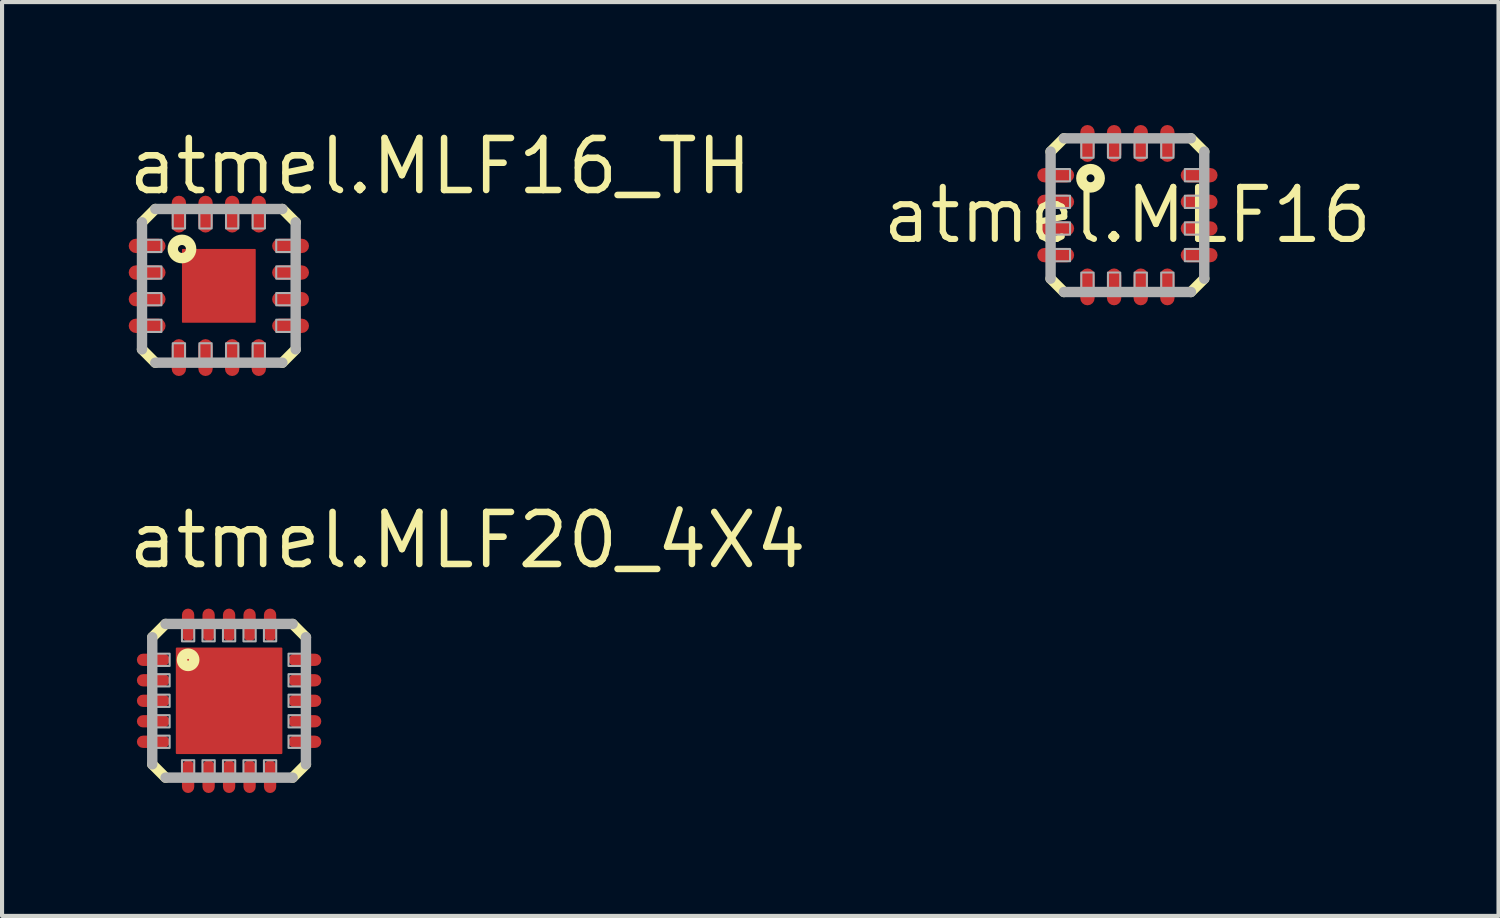
<source format=kicad_pcb>
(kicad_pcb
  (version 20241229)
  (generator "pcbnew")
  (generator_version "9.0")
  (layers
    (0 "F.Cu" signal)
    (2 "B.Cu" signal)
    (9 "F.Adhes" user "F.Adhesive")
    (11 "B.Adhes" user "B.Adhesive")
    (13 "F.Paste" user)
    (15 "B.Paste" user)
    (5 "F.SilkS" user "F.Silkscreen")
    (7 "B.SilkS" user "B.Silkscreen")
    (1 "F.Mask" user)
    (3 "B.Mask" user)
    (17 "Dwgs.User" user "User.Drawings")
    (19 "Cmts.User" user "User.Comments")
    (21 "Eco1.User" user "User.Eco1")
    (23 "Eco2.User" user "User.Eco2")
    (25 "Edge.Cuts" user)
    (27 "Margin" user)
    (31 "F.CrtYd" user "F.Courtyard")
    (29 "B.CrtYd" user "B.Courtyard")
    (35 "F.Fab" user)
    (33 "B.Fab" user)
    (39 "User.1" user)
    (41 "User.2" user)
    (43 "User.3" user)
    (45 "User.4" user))
  (footprint "atmel.MLF16"
    (layer "F.Cu")
    (at 24.46 2.2)
    (property "Reference" "atmel.MLF16" (at 0 0 0) (layer "F.SilkS") (effects (font (size 1.27 1.27) (thickness 0.15))))
    (attr smd)
    (fp_line (start -1.875 -1.55) (end -1.55 -1.875) (stroke (width 0.254) (type default)) (layer "F.SilkS"))
    (fp_line (start -1.55 1.875) (end -1.875 1.55) (stroke (width 0.254) (type default)) (layer "F.SilkS"))
    (fp_line (start 1.55 -1.875) (end 1.875 -1.55) (stroke (width 0.254) (type default)) (layer "F.SilkS"))
    (fp_line (start 1.875 1.55) (end 1.55 1.875) (stroke (width 0.254) (type default)) (layer "F.SilkS"))
    (fp_circle (center -0.9 -0.9) (end -0.676 -0.9) (stroke (width 0.254) (type default)) (fill no) (layer "F.SilkS"))
    (fp_line (start -1.875 1.55) (end -1.875 -1.55) (stroke (width 0.254) (type default)) (layer "F.Fab"))
    (fp_line (start -1.55 -1.875) (end 1.55 -1.875) (stroke (width 0.254) (type default)) (layer "F.Fab"))
    (fp_line (start 1.55 1.875) (end -1.55 1.875) (stroke (width 0.254) (type default)) (layer "F.Fab"))
    (fp_line (start 1.875 -1.55) (end 1.875 1.55) (stroke (width 0.254) (type default)) (layer "F.Fab"))
    (fp_rect (start -1.85 -0.825) (end -1.4 -1.125) (stroke (width 0.05) (type default)) (fill no) (layer "F.Fab"))
    (fp_rect (start -1.85 -0.175) (end -1.4 -0.475) (stroke (width 0.05) (type default)) (fill no) (layer "F.Fab"))
    (fp_rect (start -1.85 0.475) (end -1.4 0.175) (stroke (width 0.05) (type default)) (fill no) (layer "F.Fab"))
    (fp_rect (start -1.85 1.125) (end -1.4 0.825) (stroke (width 0.05) (type default)) (fill no) (layer "F.Fab"))
    (fp_rect (start -1.125 -1.4) (end -0.825 -1.85) (stroke (width 0.05) (type default)) (fill no) (layer "F.Fab"))
    (fp_rect (start -1.125 1.85) (end -0.825 1.4) (stroke (width 0.05) (type default)) (fill no) (layer "F.Fab"))
    (fp_rect (start -0.475 -1.4) (end -0.175 -1.85) (stroke (width 0.05) (type default)) (fill no) (layer "F.Fab"))
    (fp_rect (start -0.475 1.85) (end -0.175 1.4) (stroke (width 0.05) (type default)) (fill no) (layer "F.Fab"))
    (fp_rect (start 0.175 -1.4) (end 0.475 -1.85) (stroke (width 0.05) (type default)) (fill no) (layer "F.Fab"))
    (fp_rect (start 0.175 1.85) (end 0.475 1.4) (stroke (width 0.05) (type default)) (fill no) (layer "F.Fab"))
    (fp_rect (start 0.825 -1.4) (end 1.125 -1.85) (stroke (width 0.05) (type default)) (fill no) (layer "F.Fab"))
    (fp_rect (start 0.825 1.85) (end 1.125 1.4) (stroke (width 0.05) (type default)) (fill no) (layer "F.Fab"))
    (fp_rect (start 1.4 -0.825) (end 1.85 -1.125) (stroke (width 0.05) (type default)) (fill no) (layer "F.Fab"))
    (fp_rect (start 1.4 -0.175) (end 1.85 -0.475) (stroke (width 0.05) (type default)) (fill no) (layer "F.Fab"))
    (fp_rect (start 1.4 0.475) (end 1.85 0.175) (stroke (width 0.05) (type default)) (fill no) (layer "F.Fab"))
    (fp_rect (start 1.4 1.125) (end 1.85 0.825) (stroke (width 0.05) (type default)) (fill no) (layer "F.Fab"))
    (pad "1" smd roundrect (at -1.75 -0.975) (size 0.9 0.35) (layers "F.Cu" "F.Mask" "F.Paste") (roundrect_rratio 0.5))
    (pad "2" smd roundrect (at -1.75 -0.325) (size 0.9 0.35) (layers "F.Cu" "F.Mask" "F.Paste") (roundrect_rratio 0.5))
    (pad "3" smd roundrect (at -1.75 0.325) (size 0.9 0.35) (layers "F.Cu" "F.Mask" "F.Paste") (roundrect_rratio 0.5))
    (pad "4" smd roundrect (at -1.75 0.975) (size 0.9 0.35) (layers "F.Cu" "F.Mask" "F.Paste") (roundrect_rratio 0.5))
    (pad "5" smd roundrect (at -0.975 1.75) (size 0.35 0.9) (layers "F.Cu" "F.Mask" "F.Paste") (roundrect_rratio 0.5))
    (pad "6" smd roundrect (at -0.325 1.75) (size 0.35 0.9) (layers "F.Cu" "F.Mask" "F.Paste") (roundrect_rratio 0.5))
    (pad "7" smd roundrect (at 0.325 1.75) (size 0.35 0.9) (layers "F.Cu" "F.Mask" "F.Paste") (roundrect_rratio 0.5))
    (pad "8" smd roundrect (at 0.975 1.75) (size 0.35 0.9) (layers "F.Cu" "F.Mask" "F.Paste") (roundrect_rratio 0.5))
    (pad "9" smd roundrect (at 1.75 0.975) (size 0.9 0.35) (layers "F.Cu" "F.Mask" "F.Paste") (roundrect_rratio 0.5))
    (pad "10" smd roundrect (at 1.75 0.325) (size 0.9 0.35) (layers "F.Cu" "F.Mask" "F.Paste") (roundrect_rratio 0.5))
    (pad "11" smd roundrect (at 1.75 -0.325) (size 0.9 0.35) (layers "F.Cu" "F.Mask" "F.Paste") (roundrect_rratio 0.5))
    (pad "12" smd roundrect (at 1.75 -0.975) (size 0.9 0.35) (layers "F.Cu" "F.Mask" "F.Paste") (roundrect_rratio 0.5))
    (pad "13" smd roundrect (at 0.975 -1.75) (size 0.35 0.9) (layers "F.Cu" "F.Mask" "F.Paste") (roundrect_rratio 0.5))
    (pad "14" smd roundrect (at 0.325 -1.75) (size 0.35 0.9) (layers "F.Cu" "F.Mask" "F.Paste") (roundrect_rratio 0.5))
    (pad "15" smd roundrect (at -0.325 -1.75) (size 0.35 0.9) (layers "F.Cu" "F.Mask" "F.Paste") (roundrect_rratio 0.5))
    (pad "16" smd roundrect (at -0.975 -1.75) (size 0.35 0.9) (layers "F.Cu" "F.Mask" "F.Paste") (roundrect_rratio 0.5)))
  (footprint "atmel.MLF20_4X4"
    (layer "F.Cu")
    (at 2.54 14.05)
    (property "Reference" "atmel.MLF20_4X4" (at -2.54 -3.175 0) (layer "F.SilkS") (effects (font (size 1.27 1.27) (thickness 0.16)) (justify left bottom)))
    (attr smd)
    (fp_line (start -1.875 -1.55) (end -1.55 -1.875) (stroke (width 0.254) (type default)) (layer "F.SilkS"))
    (fp_line (start -1.55 1.875) (end -1.875 1.55) (stroke (width 0.254) (type default)) (layer "F.SilkS"))
    (fp_line (start 1.55 -1.875) (end 1.875 -1.55) (stroke (width 0.254) (type default)) (layer "F.SilkS"))
    (fp_line (start 1.875 1.55) (end 1.55 1.875) (stroke (width 0.254) (type default)) (layer "F.SilkS"))
    (fp_circle (center -1 -1) (end -0.85 -1) (stroke (width 0.254) (type default)) (fill no) (layer "F.SilkS"))
    (fp_line (start -1.875 1.55) (end -1.875 -1.55) (stroke (width 0.254) (type default)) (layer "F.Fab"))
    (fp_line (start -1.55 -1.875) (end 1.55 -1.875) (stroke (width 0.254) (type default)) (layer "F.Fab"))
    (fp_line (start 1.55 1.875) (end -1.55 1.875) (stroke (width 0.254) (type default)) (layer "F.Fab"))
    (fp_line (start 1.875 -1.55) (end 1.875 1.55) (stroke (width 0.254) (type default)) (layer "F.Fab"))
    (fp_rect (start -1.85 -0.85) (end -1.45 -1.15) (stroke (width 0.05) (type default)) (fill no) (layer "F.Fab"))
    (fp_rect (start -1.85 -0.35) (end -1.45 -0.65) (stroke (width 0.05) (type default)) (fill no) (layer "F.Fab"))
    (fp_rect (start -1.85 0.15) (end -1.45 -0.15) (stroke (width 0.05) (type default)) (fill no) (layer "F.Fab"))
    (fp_rect (start -1.85 0.65) (end -1.45 0.35) (stroke (width 0.05) (type default)) (fill no) (layer "F.Fab"))
    (fp_rect (start -1.85 1.15) (end -1.45 0.85) (stroke (width 0.05) (type default)) (fill no) (layer "F.Fab"))
    (fp_rect (start -1.15 -1.45) (end -0.85 -1.85) (stroke (width 0.05) (type default)) (fill no) (layer "F.Fab"))
    (fp_rect (start -1.15 1.85) (end -0.85 1.45) (stroke (width 0.05) (type default)) (fill no) (layer "F.Fab"))
    (fp_rect (start -0.65 -1.45) (end -0.35 -1.85) (stroke (width 0.05) (type default)) (fill no) (layer "F.Fab"))
    (fp_rect (start -0.65 1.85) (end -0.35 1.45) (stroke (width 0.05) (type default)) (fill no) (layer "F.Fab"))
    (fp_rect (start -0.15 -1.45) (end 0.15 -1.85) (stroke (width 0.05) (type default)) (fill no) (layer "F.Fab"))
    (fp_rect (start -0.15 1.85) (end 0.15 1.45) (stroke (width 0.05) (type default)) (fill no) (layer "F.Fab"))
    (fp_rect (start 0.35 -1.45) (end 0.65 -1.85) (stroke (width 0.05) (type default)) (fill no) (layer "F.Fab"))
    (fp_rect (start 0.35 1.85) (end 0.65 1.45) (stroke (width 0.05) (type default)) (fill no) (layer "F.Fab"))
    (fp_rect (start 0.85 -1.45) (end 1.15 -1.85) (stroke (width 0.05) (type default)) (fill no) (layer "F.Fab"))
    (fp_rect (start 0.85 1.85) (end 1.15 1.45) (stroke (width 0.05) (type default)) (fill no) (layer "F.Fab"))
    (fp_rect (start 1.45 -0.85) (end 1.85 -1.15) (stroke (width 0.05) (type default)) (fill no) (layer "F.Fab"))
    (fp_rect (start 1.45 -0.35) (end 1.85 -0.65) (stroke (width 0.05) (type default)) (fill no) (layer "F.Fab"))
    (fp_rect (start 1.45 0.15) (end 1.85 -0.15) (stroke (width 0.05) (type default)) (fill no) (layer "F.Fab"))
    (fp_rect (start 1.45 0.65) (end 1.85 0.35) (stroke (width 0.05) (type default)) (fill no) (layer "F.Fab"))
    (fp_rect (start 1.45 1.15) (end 1.85 0.85) (stroke (width 0.05) (type default)) (fill no) (layer "F.Fab"))
    (pad "1" smd roundrect (at -1.85 -1) (size 0.8 0.3) (layers "F.Cu" "F.Mask" "F.Paste") (roundrect_rratio 0.5))
    (pad "2" smd roundrect (at -1.85 -0.5) (size 0.8 0.3) (layers "F.Cu" "F.Mask" "F.Paste") (roundrect_rratio 0.5))
    (pad "3" smd roundrect (at -1.85 0) (size 0.8 0.3) (layers "F.Cu" "F.Mask" "F.Paste") (roundrect_rratio 0.5))
    (pad "4" smd roundrect (at -1.85 0.5) (size 0.8 0.3) (layers "F.Cu" "F.Mask" "F.Paste") (roundrect_rratio 0.5))
    (pad "5" smd roundrect (at -1.85 1) (size 0.8 0.3) (layers "F.Cu" "F.Mask" "F.Paste") (roundrect_rratio 0.5))
    (pad "6" smd roundrect (at -1 1.85 90) (size 0.8 0.3) (layers "F.Cu" "F.Mask" "F.Paste") (roundrect_rratio 0.5))
    (pad "7" smd roundrect (at -0.5 1.85 90) (size 0.8 0.3) (layers "F.Cu" "F.Mask" "F.Paste") (roundrect_rratio 0.5))
    (pad "8" smd roundrect (at 0 1.85 90) (size 0.8 0.3) (layers "F.Cu" "F.Mask" "F.Paste") (roundrect_rratio 0.5))
    (pad "9" smd roundrect (at 0.5 1.85 90) (size 0.8 0.3) (layers "F.Cu" "F.Mask" "F.Paste") (roundrect_rratio 0.5))
    (pad "10" smd roundrect (at 1 1.85 90) (size 0.8 0.3) (layers "F.Cu" "F.Mask" "F.Paste") (roundrect_rratio 0.5))
    (pad "11" smd roundrect (at 1.85 1 180) (size 0.8 0.3) (layers "F.Cu" "F.Mask" "F.Paste") (roundrect_rratio 0.5))
    (pad "12" smd roundrect (at 1.85 0.5 180) (size 0.8 0.3) (layers "F.Cu" "F.Mask" "F.Paste") (roundrect_rratio 0.5))
    (pad "13" smd roundrect (at 1.85 0 180) (size 0.8 0.3) (layers "F.Cu" "F.Mask" "F.Paste") (roundrect_rratio 0.5))
    (pad "14" smd roundrect (at 1.85 -0.5 180) (size 0.8 0.3) (layers "F.Cu" "F.Mask" "F.Paste") (roundrect_rratio 0.5))
    (pad "15" smd roundrect (at 1.85 -1 180) (size 0.8 0.3) (layers "F.Cu" "F.Mask" "F.Paste") (roundrect_rratio 0.5))
    (pad "16" smd roundrect (at 1 -1.85 270) (size 0.8 0.3) (layers "F.Cu" "F.Mask" "F.Paste") (roundrect_rratio 0.5))
    (pad "17" smd roundrect (at 0.5 -1.85 270) (size 0.8 0.3) (layers "F.Cu" "F.Mask" "F.Paste") (roundrect_rratio 0.5))
    (pad "18" smd roundrect (at 0 -1.85 270) (size 0.8 0.3) (layers "F.Cu" "F.Mask" "F.Paste") (roundrect_rratio 0.5))
    (pad "19" smd roundrect (at -0.5 -1.85 270) (size 0.8 0.3) (layers "F.Cu" "F.Mask" "F.Paste") (roundrect_rratio 0.5))
    (pad "20" smd roundrect (at -1 -1.85 270) (size 0.8 0.3) (layers "F.Cu" "F.Mask" "F.Paste") (roundrect_rratio 0.5))
    (pad "TH" smd roundrect (at 0 0) (size 2.6 2.6) (layers "F.Cu" "F.Mask" "F.Paste") (roundrect_rratio 0.01)))
  (footprint "atmel.MLF16_TH"
    (layer "F.Cu")
    (at 2.29 3.925)
    (property "Reference" "atmel.MLF16_TH" (at -2.29 -2.175 0) (layer "F.SilkS") (effects (font (size 1.27 1.27) (thickness 0.16)) (justify left bottom)))
    (attr smd)
    (fp_line (start -1.875 -1.55) (end -1.55 -1.875) (stroke (width 0.254) (type default)) (layer "F.SilkS"))
    (fp_line (start -1.55 1.875) (end -1.875 1.55) (stroke (width 0.254) (type default)) (layer "F.SilkS"))
    (fp_line (start 1.55 -1.875) (end 1.875 -1.55) (stroke (width 0.254) (type default)) (layer "F.SilkS"))
    (fp_line (start 1.875 1.55) (end 1.55 1.875) (stroke (width 0.254) (type default)) (layer "F.SilkS"))
    (fp_circle (center -0.9 -0.9) (end -0.676 -0.9) (stroke (width 0.254) (type default)) (fill no) (layer "F.SilkS"))
    (fp_line (start -1.875 1.55) (end -1.875 -1.55) (stroke (width 0.254) (type default)) (layer "F.Fab"))
    (fp_line (start -1.55 -1.875) (end 1.55 -1.875) (stroke (width 0.254) (type default)) (layer "F.Fab"))
    (fp_line (start 1.55 1.875) (end -1.55 1.875) (stroke (width 0.254) (type default)) (layer "F.Fab"))
    (fp_line (start 1.875 -1.55) (end 1.875 1.55) (stroke (width 0.254) (type default)) (layer "F.Fab"))
    (fp_rect (start -1.85 -0.825) (end -1.4 -1.125) (stroke (width 0.05) (type default)) (fill no) (layer "F.Fab"))
    (fp_rect (start -1.85 -0.175) (end -1.4 -0.475) (stroke (width 0.05) (type default)) (fill no) (layer "F.Fab"))
    (fp_rect (start -1.85 0.475) (end -1.4 0.175) (stroke (width 0.05) (type default)) (fill no) (layer "F.Fab"))
    (fp_rect (start -1.85 1.125) (end -1.4 0.825) (stroke (width 0.05) (type default)) (fill no) (layer "F.Fab"))
    (fp_rect (start -1.125 -1.4) (end -0.825 -1.85) (stroke (width 0.05) (type default)) (fill no) (layer "F.Fab"))
    (fp_rect (start -1.125 1.85) (end -0.825 1.4) (stroke (width 0.05) (type default)) (fill no) (layer "F.Fab"))
    (fp_rect (start -0.475 -1.4) (end -0.175 -1.85) (stroke (width 0.05) (type default)) (fill no) (layer "F.Fab"))
    (fp_rect (start -0.475 1.85) (end -0.175 1.4) (stroke (width 0.05) (type default)) (fill no) (layer "F.Fab"))
    (fp_rect (start 0.175 -1.4) (end 0.475 -1.85) (stroke (width 0.05) (type default)) (fill no) (layer "F.Fab"))
    (fp_rect (start 0.175 1.85) (end 0.475 1.4) (stroke (width 0.05) (type default)) (fill no) (layer "F.Fab"))
    (fp_rect (start 0.825 -1.4) (end 1.125 -1.85) (stroke (width 0.05) (type default)) (fill no) (layer "F.Fab"))
    (fp_rect (start 0.825 1.85) (end 1.125 1.4) (stroke (width 0.05) (type default)) (fill no) (layer "F.Fab"))
    (fp_rect (start 1.4 -0.825) (end 1.85 -1.125) (stroke (width 0.05) (type default)) (fill no) (layer "F.Fab"))
    (fp_rect (start 1.4 -0.175) (end 1.85 -0.475) (stroke (width 0.05) (type default)) (fill no) (layer "F.Fab"))
    (fp_rect (start 1.4 0.475) (end 1.85 0.175) (stroke (width 0.05) (type default)) (fill no) (layer "F.Fab"))
    (fp_rect (start 1.4 1.125) (end 1.85 0.825) (stroke (width 0.05) (type default)) (fill no) (layer "F.Fab"))
    (pad "1" smd roundrect (at -1.75 -0.975) (size 0.9 0.35) (layers "F.Cu" "F.Mask" "F.Paste") (roundrect_rratio 0.5))
    (pad "2" smd roundrect (at -1.75 -0.325) (size 0.9 0.35) (layers "F.Cu" "F.Mask" "F.Paste") (roundrect_rratio 0.5))
    (pad "3" smd roundrect (at -1.75 0.325) (size 0.9 0.35) (layers "F.Cu" "F.Mask" "F.Paste") (roundrect_rratio 0.5))
    (pad "4" smd roundrect (at -1.75 0.975) (size 0.9 0.35) (layers "F.Cu" "F.Mask" "F.Paste") (roundrect_rratio 0.5))
    (pad "5" smd roundrect (at -0.975 1.75) (size 0.35 0.9) (layers "F.Cu" "F.Mask" "F.Paste") (roundrect_rratio 0.5))
    (pad "6" smd roundrect (at -0.325 1.75) (size 0.35 0.9) (layers "F.Cu" "F.Mask" "F.Paste") (roundrect_rratio 0.5))
    (pad "7" smd roundrect (at 0.325 1.75) (size 0.35 0.9) (layers "F.Cu" "F.Mask" "F.Paste") (roundrect_rratio 0.5))
    (pad "8" smd roundrect (at 0.975 1.75) (size 0.35 0.9) (layers "F.Cu" "F.Mask" "F.Paste") (roundrect_rratio 0.5))
    (pad "9" smd roundrect (at 1.75 0.975) (size 0.9 0.35) (layers "F.Cu" "F.Mask" "F.Paste") (roundrect_rratio 0.5))
    (pad "10" smd roundrect (at 1.75 0.325) (size 0.9 0.35) (layers "F.Cu" "F.Mask" "F.Paste") (roundrect_rratio 0.5))
    (pad "11" smd roundrect (at 1.75 -0.325) (size 0.9 0.35) (layers "F.Cu" "F.Mask" "F.Paste") (roundrect_rratio 0.5))
    (pad "12" smd roundrect (at 1.75 -0.975) (size 0.9 0.35) (layers "F.Cu" "F.Mask" "F.Paste") (roundrect_rratio 0.5))
    (pad "13" smd roundrect (at 0.975 -1.75) (size 0.35 0.9) (layers "F.Cu" "F.Mask" "F.Paste") (roundrect_rratio 0.5))
    (pad "14" smd roundrect (at 0.325 -1.75) (size 0.35 0.9) (layers "F.Cu" "F.Mask" "F.Paste") (roundrect_rratio 0.5))
    (pad "15" smd roundrect (at -0.325 -1.75) (size 0.35 0.9) (layers "F.Cu" "F.Mask" "F.Paste") (roundrect_rratio 0.5))
    (pad "16" smd roundrect (at -0.975 -1.75) (size 0.35 0.9) (layers "F.Cu" "F.Mask" "F.Paste") (roundrect_rratio 0.5))
    (pad "TH" smd roundrect (at 0 0) (size 1.8 1.8) (layers "F.Cu" "F.Mask" "F.Paste") (roundrect_rratio 0.01)))
  (gr_rect
    (start -3 -3)
    (end 33.515 19.3)
    (stroke (width 0.1) (type default))
    (fill no)
    (layer "Edge.Cuts")))
</source>
